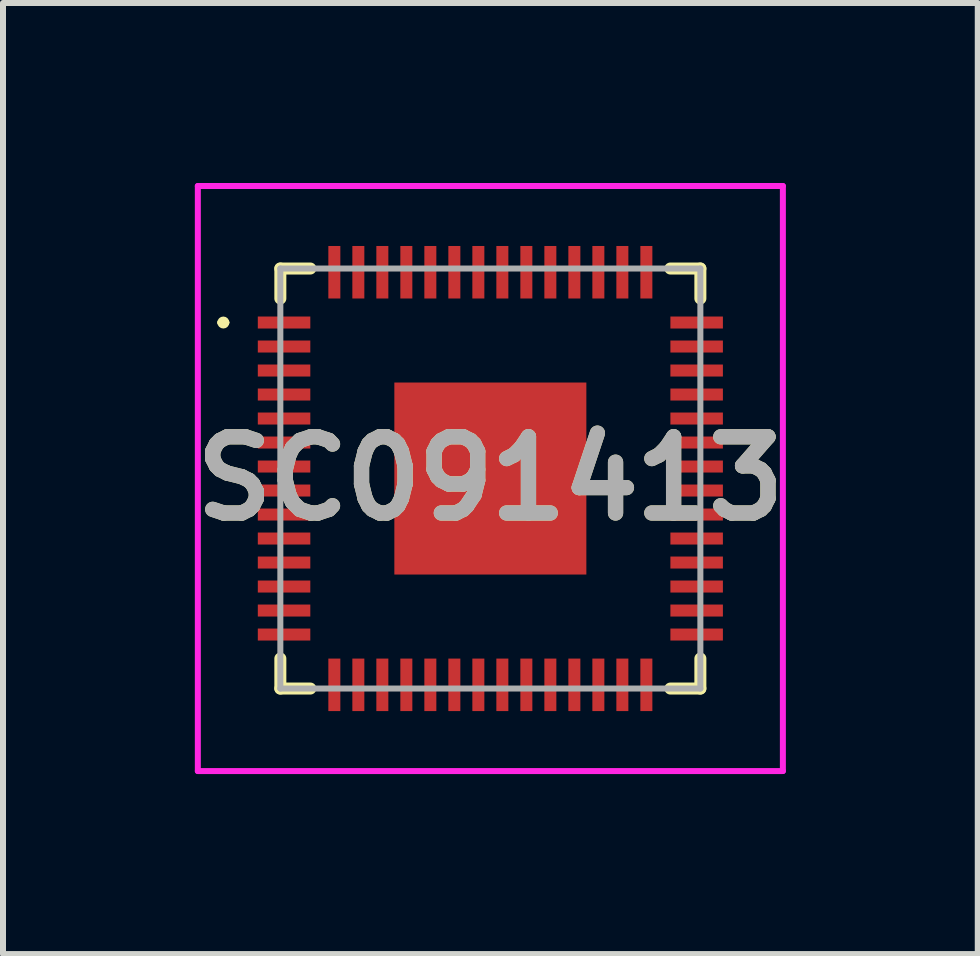
<source format=kicad_pcb>
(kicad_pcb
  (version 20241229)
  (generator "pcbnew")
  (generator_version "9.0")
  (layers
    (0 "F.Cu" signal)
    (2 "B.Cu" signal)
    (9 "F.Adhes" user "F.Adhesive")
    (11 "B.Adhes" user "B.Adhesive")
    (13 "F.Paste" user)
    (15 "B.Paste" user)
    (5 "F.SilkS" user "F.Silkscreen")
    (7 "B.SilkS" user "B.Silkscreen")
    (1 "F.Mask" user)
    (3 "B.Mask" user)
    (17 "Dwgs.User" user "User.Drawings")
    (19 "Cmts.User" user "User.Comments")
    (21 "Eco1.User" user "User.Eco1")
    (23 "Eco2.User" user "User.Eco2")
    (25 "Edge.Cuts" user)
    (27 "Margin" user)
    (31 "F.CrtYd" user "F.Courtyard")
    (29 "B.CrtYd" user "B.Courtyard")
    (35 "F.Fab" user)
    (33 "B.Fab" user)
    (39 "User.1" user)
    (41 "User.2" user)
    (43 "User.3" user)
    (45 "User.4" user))
  (footprint "SC091413"
    (layer "F.Cu")
    (at 5.122 4.925)
    (property "Reference" "SC091413" (at 0 0 0) (layer "F.SilkS") (effects (font (size 1.27 1.27) (thickness 0.254))))
    (attr smd)
    (fp_line (start -4.5 -2.6) (end -4.5 -2.6) (stroke (width 0.1) (type solid)) (layer "F.SilkS"))
    (fp_line (start -4.4 -2.6) (end -4.4 -2.6) (stroke (width 0.1) (type solid)) (layer "F.SilkS"))
    (fp_line (start -3.5 -3.5) (end -3.5 -3) (stroke (width 0.2) (type solid)) (layer "F.SilkS"))
    (fp_line (start -3.5 3) (end -3.5 3.5) (stroke (width 0.2) (type solid)) (layer "F.SilkS"))
    (fp_line (start -3.5 3.5) (end -3 3.5) (stroke (width 0.2) (type solid)) (layer "F.SilkS"))
    (fp_line (start -3 -3.5) (end -3.5 -3.5) (stroke (width 0.2) (type solid)) (layer "F.SilkS"))
    (fp_line (start 3 -3.5) (end 3.5 -3.5) (stroke (width 0.2) (type solid)) (layer "F.SilkS"))
    (fp_line (start 3 3.5) (end 3.5 3.5) (stroke (width 0.2) (type solid)) (layer "F.SilkS"))
    (fp_line (start 3.5 -3.5) (end 3.5 -3) (stroke (width 0.2) (type solid)) (layer "F.SilkS"))
    (fp_line (start 3.5 3.5) (end 3.5 3) (stroke (width 0.2) (type solid)) (layer "F.SilkS"))
    (fp_arc (start -4.5 -2.6) (mid -4.45 -2.65) (end -4.4 -2.6) (stroke (width 0.1) (type solid)) (layer "F.SilkS"))
    (fp_arc (start -4.4 -2.6) (mid -4.45 -2.55) (end -4.5 -2.6) (stroke (width 0.1) (type solid)) (layer "F.SilkS"))
    (fp_line (start -4.875 -4.875) (end 4.875 -4.875) (stroke (width 0.1) (type solid)) (layer "F.CrtYd"))
    (fp_line (start -4.875 4.875) (end -4.875 -4.875) (stroke (width 0.1) (type solid)) (layer "F.CrtYd"))
    (fp_line (start 4.875 -4.875) (end 4.875 4.875) (stroke (width 0.1) (type solid)) (layer "F.CrtYd"))
    (fp_line (start 4.875 4.875) (end -4.875 4.875) (stroke (width 0.1) (type solid)) (layer "F.CrtYd"))
    (fp_line (start -3.5 -3.5) (end -3.5 3.5) (stroke (width 0.1) (type solid)) (layer "F.Fab"))
    (fp_line (start -3.5 3.5) (end 3.5 3.5) (stroke (width 0.1) (type solid)) (layer "F.Fab"))
    (fp_line (start 3.5 -3.5) (end -3.5 -3.5) (stroke (width 0.1) (type solid)) (layer "F.Fab"))
    (fp_line (start 3.5 3.5) (end 3.5 -3.5) (stroke (width 0.1) (type solid)) (layer "F.Fab"))
    (fp_text user "${REFERENCE}" (at 0 0 0) (layer "F.Fab") (effects (font (size 1.27 1.27) (thickness 0.254))))
    (pad "1" smd rect (at -3.438 -2.6 90) (size 0.2 0.875) (layers "F.Cu" "F.Mask" "F.Paste"))
    (pad "2" smd rect (at -3.438 -2.2 90) (size 0.2 0.875) (layers "F.Cu" "F.Mask" "F.Paste"))
    (pad "3" smd rect (at -3.438 -1.8 90) (size 0.2 0.875) (layers "F.Cu" "F.Mask" "F.Paste"))
    (pad "4" smd rect (at -3.438 -1.4 90) (size 0.2 0.875) (layers "F.Cu" "F.Mask" "F.Paste"))
    (pad "5" smd rect (at -3.438 -1 90) (size 0.2 0.875) (layers "F.Cu" "F.Mask" "F.Paste"))
    (pad "6" smd rect (at -3.438 -0.6 90) (size 0.2 0.875) (layers "F.Cu" "F.Mask" "F.Paste"))
    (pad "7" smd rect (at -3.438 -0.2 90) (size 0.2 0.875) (layers "F.Cu" "F.Mask" "F.Paste"))
    (pad "8" smd rect (at -3.438 0.2 90) (size 0.2 0.875) (layers "F.Cu" "F.Mask" "F.Paste"))
    (pad "9" smd rect (at -3.438 0.6 90) (size 0.2 0.875) (layers "F.Cu" "F.Mask" "F.Paste"))
    (pad "10" smd rect (at -3.438 1 90) (size 0.2 0.875) (layers "F.Cu" "F.Mask" "F.Paste"))
    (pad "11" smd rect (at -3.438 1.4 90) (size 0.2 0.875) (layers "F.Cu" "F.Mask" "F.Paste"))
    (pad "12" smd rect (at -3.438 1.8 90) (size 0.2 0.875) (layers "F.Cu" "F.Mask" "F.Paste"))
    (pad "13" smd rect (at -3.438 2.2 90) (size 0.2 0.875) (layers "F.Cu" "F.Mask" "F.Paste"))
    (pad "14" smd rect (at -3.438 2.6 90) (size 0.2 0.875) (layers "F.Cu" "F.Mask" "F.Paste"))
    (pad "15" smd rect (at -2.6 3.438) (size 0.2 0.875) (layers "F.Cu" "F.Mask" "F.Paste"))
    (pad "16" smd rect (at -2.2 3.438) (size 0.2 0.875) (layers "F.Cu" "F.Mask" "F.Paste"))
    (pad "17" smd rect (at -1.8 3.438) (size 0.2 0.875) (layers "F.Cu" "F.Mask" "F.Paste"))
    (pad "18" smd rect (at -1.4 3.438) (size 0.2 0.875) (layers "F.Cu" "F.Mask" "F.Paste"))
    (pad "19" smd rect (at -1 3.438) (size 0.2 0.875) (layers "F.Cu" "F.Mask" "F.Paste"))
    (pad "20" smd rect (at -0.6 3.438) (size 0.2 0.875) (layers "F.Cu" "F.Mask" "F.Paste"))
    (pad "21" smd rect (at -0.2 3.438) (size 0.2 0.875) (layers "F.Cu" "F.Mask" "F.Paste"))
    (pad "22" smd rect (at 0.2 3.438) (size 0.2 0.875) (layers "F.Cu" "F.Mask" "F.Paste"))
    (pad "23" smd rect (at 0.6 3.438) (size 0.2 0.875) (layers "F.Cu" "F.Mask" "F.Paste"))
    (pad "24" smd rect (at 1 3.438) (size 0.2 0.875) (layers "F.Cu" "F.Mask" "F.Paste"))
    (pad "25" smd rect (at 1.4 3.438) (size 0.2 0.875) (layers "F.Cu" "F.Mask" "F.Paste"))
    (pad "26" smd rect (at 1.8 3.438) (size 0.2 0.875) (layers "F.Cu" "F.Mask" "F.Paste"))
    (pad "27" smd rect (at 2.2 3.438) (size 0.2 0.875) (layers "F.Cu" "F.Mask" "F.Paste"))
    (pad "28" smd rect (at 2.6 3.438) (size 0.2 0.875) (layers "F.Cu" "F.Mask" "F.Paste"))
    (pad "29" smd rect (at 3.438 2.6 90) (size 0.2 0.875) (layers "F.Cu" "F.Mask" "F.Paste"))
    (pad "30" smd rect (at 3.438 2.2 90) (size 0.2 0.875) (layers "F.Cu" "F.Mask" "F.Paste"))
    (pad "31" smd rect (at 3.438 1.8 90) (size 0.2 0.875) (layers "F.Cu" "F.Mask" "F.Paste"))
    (pad "32" smd rect (at 3.438 1.4 90) (size 0.2 0.875) (layers "F.Cu" "F.Mask" "F.Paste"))
    (pad "33" smd rect (at 3.438 1 90) (size 0.2 0.875) (layers "F.Cu" "F.Mask" "F.Paste"))
    (pad "34" smd rect (at 3.438 0.6 90) (size 0.2 0.875) (layers "F.Cu" "F.Mask" "F.Paste"))
    (pad "35" smd rect (at 3.438 0.2 90) (size 0.2 0.875) (layers "F.Cu" "F.Mask" "F.Paste"))
    (pad "36" smd rect (at 3.438 -0.2 90) (size 0.2 0.875) (layers "F.Cu" "F.Mask" "F.Paste"))
    (pad "37" smd rect (at 3.438 -0.6 90) (size 0.2 0.875) (layers "F.Cu" "F.Mask" "F.Paste"))
    (pad "38" smd rect (at 3.438 -1 90) (size 0.2 0.875) (layers "F.Cu" "F.Mask" "F.Paste"))
    (pad "39" smd rect (at 3.438 -1.4 90) (size 0.2 0.875) (layers "F.Cu" "F.Mask" "F.Paste"))
    (pad "40" smd rect (at 3.438 -1.8 90) (size 0.2 0.875) (layers "F.Cu" "F.Mask" "F.Paste"))
    (pad "41" smd rect (at 3.438 -2.2 90) (size 0.2 0.875) (layers "F.Cu" "F.Mask" "F.Paste"))
    (pad "42" smd rect (at 3.438 -2.6 90) (size 0.2 0.875) (layers "F.Cu" "F.Mask" "F.Paste"))
    (pad "43" smd rect (at 2.6 -3.438) (size 0.2 0.875) (layers "F.Cu" "F.Mask" "F.Paste"))
    (pad "44" smd rect (at 2.2 -3.438) (size 0.2 0.875) (layers "F.Cu" "F.Mask" "F.Paste"))
    (pad "45" smd rect (at 1.8 -3.438) (size 0.2 0.875) (layers "F.Cu" "F.Mask" "F.Paste"))
    (pad "46" smd rect (at 1.4 -3.438) (size 0.2 0.875) (layers "F.Cu" "F.Mask" "F.Paste"))
    (pad "47" smd rect (at 1 -3.438) (size 0.2 0.875) (layers "F.Cu" "F.Mask" "F.Paste"))
    (pad "48" smd rect (at 0.6 -3.438) (size 0.2 0.875) (layers "F.Cu" "F.Mask" "F.Paste"))
    (pad "49" smd rect (at 0.2 -3.438) (size 0.2 0.875) (layers "F.Cu" "F.Mask" "F.Paste"))
    (pad "50" smd rect (at -0.2 -3.438) (size 0.2 0.875) (layers "F.Cu" "F.Mask" "F.Paste"))
    (pad "51" smd rect (at -0.6 -3.438) (size 0.2 0.875) (layers "F.Cu" "F.Mask" "F.Paste"))
    (pad "52" smd rect (at -1 -3.438) (size 0.2 0.875) (layers "F.Cu" "F.Mask" "F.Paste"))
    (pad "53" smd rect (at -1.4 -3.438) (size 0.2 0.875) (layers "F.Cu" "F.Mask" "F.Paste"))
    (pad "54" smd rect (at -1.8 -3.438) (size 0.2 0.875) (layers "F.Cu" "F.Mask" "F.Paste"))
    (pad "55" smd rect (at -2.2 -3.438) (size 0.2 0.875) (layers "F.Cu" "F.Mask" "F.Paste"))
    (pad "56" smd rect (at -2.6 -3.438) (size 0.2 0.875) (layers "F.Cu" "F.Mask" "F.Paste"))
    (pad "57" smd rect (at 0 0 90) (size 3.2 3.2) (layers "F.Cu" "F.Mask" "F.Paste")))
  (gr_rect
    (start -3 -3)
    (end 13.245 12.85)
    (stroke (width 0.1) (type default))
    (fill no)
    (layer "Edge.Cuts")))
</source>
